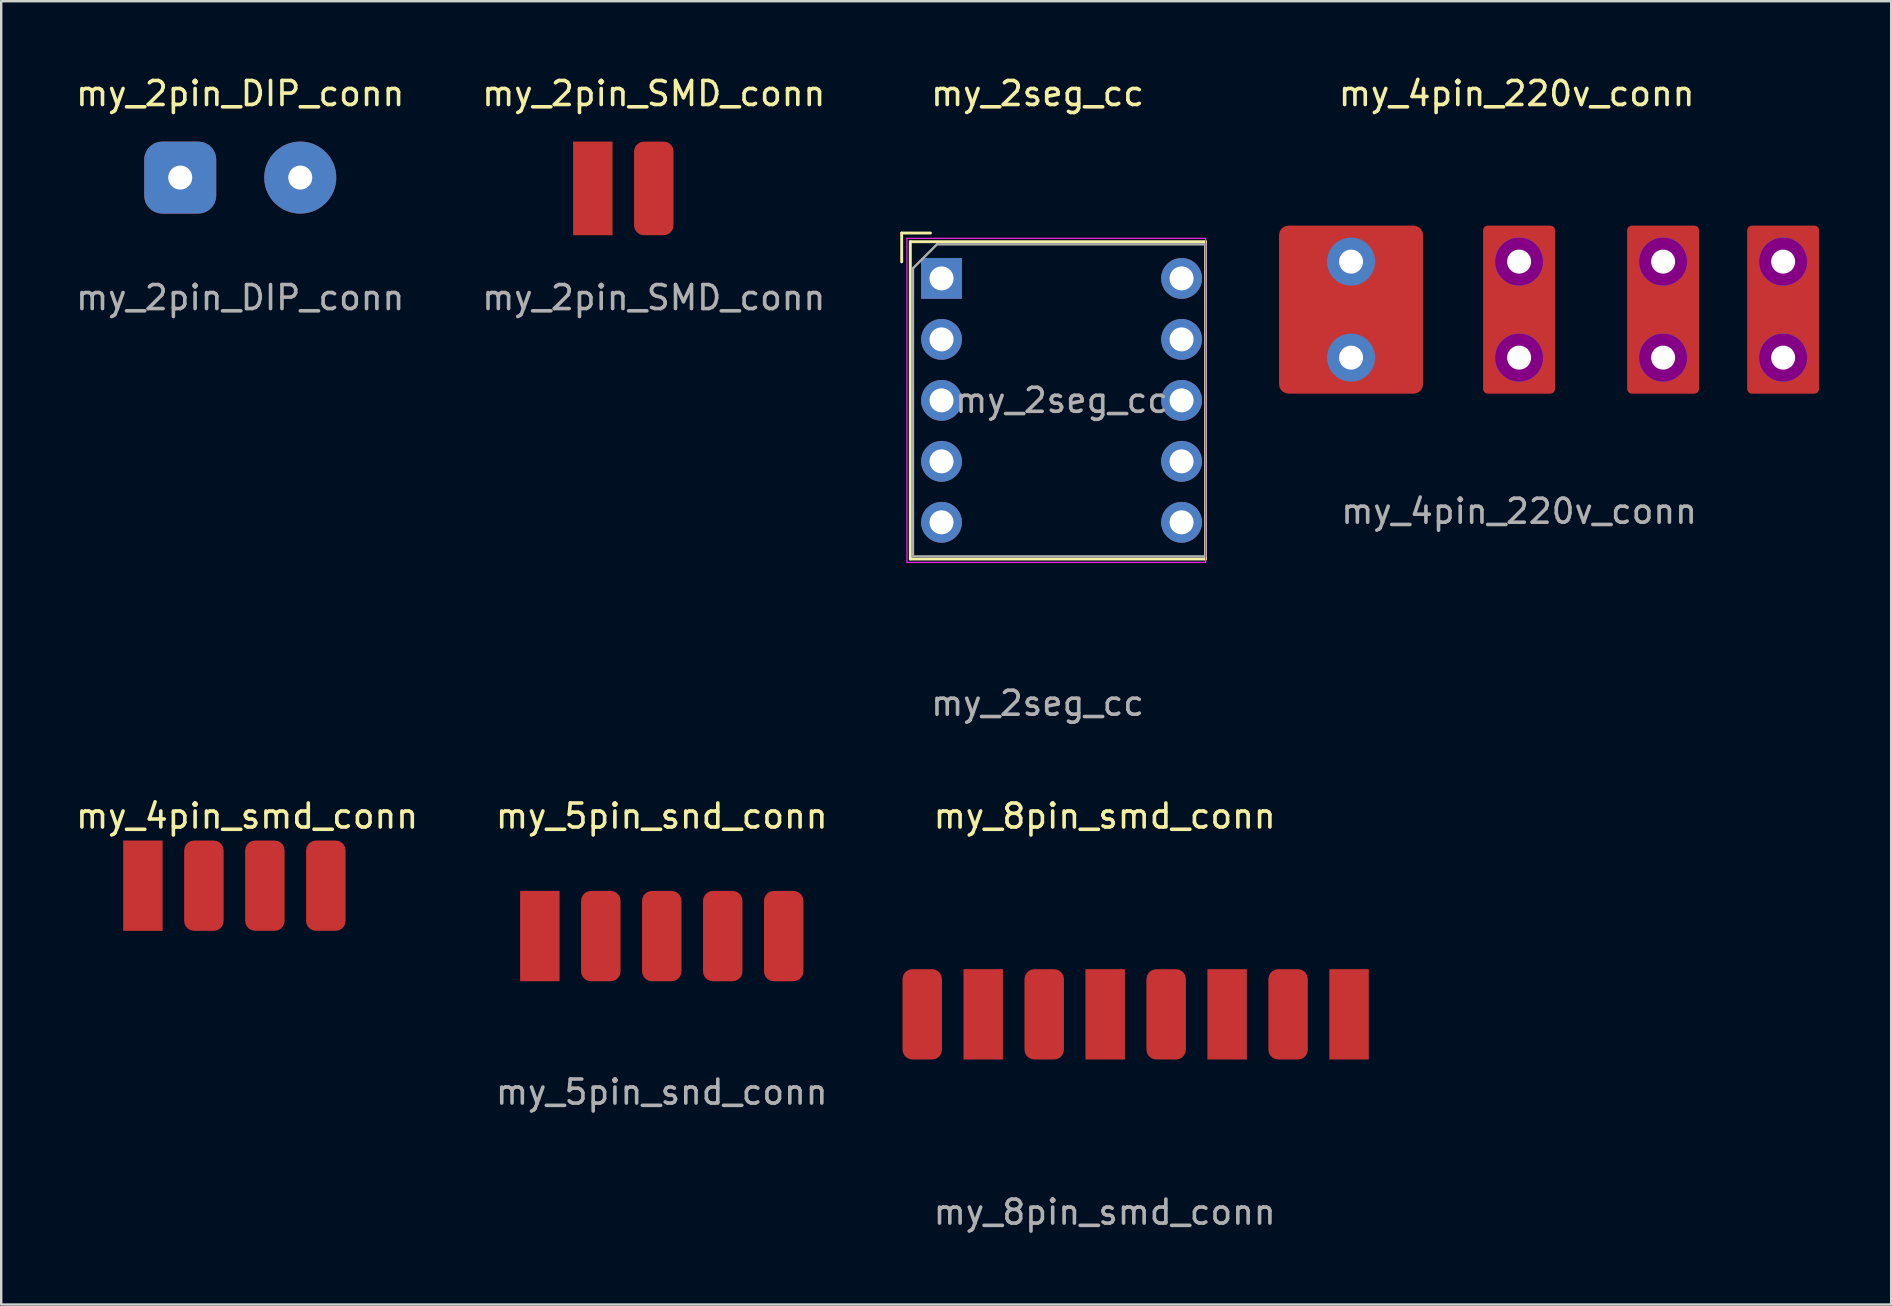
<source format=kicad_pcb>
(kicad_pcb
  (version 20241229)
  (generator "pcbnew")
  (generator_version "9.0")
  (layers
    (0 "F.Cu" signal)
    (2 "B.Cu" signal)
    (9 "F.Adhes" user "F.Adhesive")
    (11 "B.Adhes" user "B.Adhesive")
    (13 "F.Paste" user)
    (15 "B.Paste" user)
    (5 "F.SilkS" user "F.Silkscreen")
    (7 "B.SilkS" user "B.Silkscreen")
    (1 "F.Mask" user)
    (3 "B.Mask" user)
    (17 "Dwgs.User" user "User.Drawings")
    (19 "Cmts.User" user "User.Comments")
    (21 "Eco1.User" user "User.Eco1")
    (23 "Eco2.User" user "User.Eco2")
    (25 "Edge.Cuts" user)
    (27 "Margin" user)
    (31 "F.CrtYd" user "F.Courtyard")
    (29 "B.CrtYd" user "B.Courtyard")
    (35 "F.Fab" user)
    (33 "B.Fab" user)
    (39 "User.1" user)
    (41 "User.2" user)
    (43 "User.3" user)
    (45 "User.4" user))
  (footprint "my_4pin_smd_conn"
    (layer "F.Cu")
    (at 6.744 33.845)
    (property "Reference" "my_4pin_smd_conn" (at 0.5 -2.9 0) (unlocked yes) (layer "F.SilkS") (effects (font (size 1 1) (thickness 0.15))))
    (attr smd)
    (pad "1" smd rect (at -3.84 0) (size 1.643 3.762) (layers "F.Cu" "F.Mask" "F.Paste"))
    (pad "2" smd roundrect (at -1.3 0) (size 1.643 3.762) (layers "F.Cu" "F.Mask" "F.Paste") (roundrect_rratio 0.25))
    (pad "3" smd roundrect (at 1.24 0) (size 1.643 3.762) (layers "F.Cu" "F.Mask" "F.Paste") (roundrect_rratio 0.25))
    (pad "4" smd roundrect (at 3.78 0) (size 1.643 3.762) (layers "F.Cu" "F.Mask" "F.Paste") (roundrect_rratio 0.25)))
  (footprint "my_5pin_snd_conn"
    (layer "F.Cu")
    (at 24.518 35.945)
    (property "Reference" "my_5pin_snd_conn" (at 0 -5 0) (unlocked yes) (layer "F.SilkS") (effects (font (size 1 1) (thickness 0.15))))
    (attr smd)
    (fp_text user "${REFERENCE}" (at 0 6.5 0) (unlocked yes) (layer "F.Fab") (effects (font (size 1 1) (thickness 0.15))))
    (pad "1" smd rect (at -5.08 0) (size 1.643 3.762) (layers "F.Cu" "F.Mask" "F.Paste"))
    (pad "2" smd roundrect (at -2.54 0) (size 1.643 3.762) (layers "F.Cu" "F.Mask" "F.Paste") (roundrect_rratio 0.25))
    (pad "3" smd roundrect (at 0 0) (size 1.643 3.762) (layers "F.Cu" "F.Mask" "F.Paste") (roundrect_rratio 0.25))
    (pad "4" smd roundrect (at 2.54 0) (size 1.643 3.762) (layers "F.Cu" "F.Mask" "F.Paste") (roundrect_rratio 0.25))
    (pad "5" smd roundrect (at 5.08 0) (size 1.643 3.762) (layers "F.Cu" "F.Mask" "F.Paste") (roundrect_rratio 0.25)))
  (footprint "my_4pin_220v_conn"
    (layer "F.Cu")
    (at 60.232 9.848)
    (property "Reference" "my_4pin_220v_conn" (at -0.1 -9 0) (unlocked yes) (layer "F.SilkS") (effects (font (size 1 1) (thickness 0.15))))
    (attr smd)
    (fp_text user "${REFERENCE}" (at 0 8.4 0) (unlocked yes) (layer "F.Fab") (effects (font (size 1 1) (thickness 0.15))))
    (pad "1" thru_hole circle (at -7 -2) (size 2 2) (drill 1) (layers "*.Cu" "*.Mask"))
    (pad "1" smd roundrect (at -7 0) (size 6 7) (layers "F.Cu" "F.Mask" "F.Paste") (roundrect_rratio 0.066))
    (pad "1" thru_hole circle (at -7 2) (size 2 2) (drill 1) (layers "*.Cu" "*.Mask"))
    (pad "2" thru_hole circle (at 0 -2) (size 2 2) (drill 1) (layers "*.Cu" "*.Mask" "F.Adhes"))
    (pad "2" smd roundrect (at 0 0) (size 3 7) (layers "F.Cu" "F.Mask" "F.Paste") (roundrect_rratio 0.066))
    (pad "2" thru_hole circle (at 0 2) (size 2 2) (drill 1) (layers "*.Cu" "*.Mask" "F.Adhes"))
    (pad "3" thru_hole circle (at 6 -2) (size 2 2) (drill 1) (layers "*.Cu" "*.Mask" "F.Adhes"))
    (pad "3" smd roundrect (at 6 0) (size 3 7) (layers "F.Cu" "F.Mask" "F.Paste") (roundrect_rratio 0.066))
    (pad "3" thru_hole circle (at 6 2) (size 2 2) (drill 1) (layers "*.Cu" "*.Mask" "F.Adhes"))
    (pad "4" thru_hole circle (at 11 -2) (size 2 2) (drill 1) (layers "*.Cu" "*.Mask" "F.Adhes"))
    (pad "4" smd roundrect (at 11 0) (size 3 7) (layers "F.Cu" "F.Mask" "F.Paste") (roundrect_rratio 0.066))
    (pad "4" thru_hole circle (at 11 2) (size 2 2) (drill 1) (layers "*.Cu" "*.Mask" "F.Adhes")))
  (footprint "my_2seg_cc"
    (layer "F.Cu")
    (at 40.172 13.548)
    (property "Reference" "my_2seg_cc" (at 0 -12.7 0) (unlocked yes) (layer "F.SilkS") (effects (font (size 1 1) (thickness 0.15))))
    (attr through_hole)
    (fp_line (start -5.66 -6.89) (end -4.46 -6.89) (stroke (width 0.12) (type solid)) (layer "F.SilkS"))
    (fp_line (start -5.66 -5.69) (end -5.66 -6.89) (stroke (width 0.12) (type solid)) (layer "F.SilkS"))
    (fp_line (start -5.3 -6.53) (end -5.3 6.69) (stroke (width 0.12) (type solid)) (layer "F.SilkS"))
    (fp_line (start -5.3 6.69) (end 7 6.69) (stroke (width 0.12) (type solid)) (layer "F.SilkS"))
    (fp_line (start 7 -6.53) (end -5.3 -6.53) (stroke (width 0.12) (type solid)) (layer "F.SilkS"))
    (fp_line (start 7 6.69) (end 7 -6.53) (stroke (width 0.12) (type solid)) (layer "F.SilkS"))
    (fp_line (start -5.44 -6.67) (end 7 -6.67) (stroke (width 0.05) (type solid)) (layer "F.CrtYd"))
    (fp_line (start -5.44 6.83) (end -5.44 -6.67) (stroke (width 0.05) (type solid)) (layer "F.CrtYd"))
    (fp_line (start 7 -6.67) (end 7 6.83) (stroke (width 0.05) (type solid)) (layer "F.CrtYd"))
    (fp_line (start 7 6.83) (end -5.44 6.83) (stroke (width 0.05) (type solid)) (layer "F.CrtYd"))
    (fp_line (start -5.19 -5.42) (end -4.19 -6.42) (stroke (width 0.1) (type solid)) (layer "F.Fab"))
    (fp_line (start -5.19 6.58) (end -5.19 -5.42) (stroke (width 0.1) (type solid)) (layer "F.Fab"))
    (fp_line (start -4.19 -6.42) (end 7 -6.42) (stroke (width 0.1) (type solid)) (layer "F.Fab"))
    (fp_line (start 7 -6.42) (end 7 6.58) (stroke (width 0.1) (type solid)) (layer "F.Fab"))
    (fp_line (start 7 6.58) (end -5.19 6.58) (stroke (width 0.1) (type solid)) (layer "F.Fab"))
    (fp_text user "${REFERENCE}" (at 1 0.08 0) (layer "F.Fab") (effects (font (size 1 1) (thickness 0.15))))
    (fp_text user "${REFERENCE}" (at 0 12.7 0) (unlocked yes) (layer "F.Fab") (effects (font (size 1 1) (thickness 0.15))))
    (pad "1" thru_hole rect (at -4 -5) (size 1.7 1.7) (drill 1) (layers "*.Cu" "*.Mask"))
    (pad "2" thru_hole circle (at -4 -2.46) (size 1.7 1.7) (drill 1) (layers "*.Cu" "*.Mask"))
    (pad "3" thru_hole circle (at -4 0.08) (size 1.7 1.7) (drill 1) (layers "*.Cu" "*.Mask"))
    (pad "4" thru_hole circle (at -4 2.62) (size 1.7 1.7) (drill 1) (layers "*.Cu" "*.Mask"))
    (pad "5" thru_hole circle (at -4 5.16) (size 1.7 1.7) (drill 1) (layers "*.Cu" "*.Mask"))
    (pad "6" thru_hole circle (at 6 5.16) (size 1.7 1.7) (drill 1) (layers "*.Cu" "*.Mask"))
    (pad "7" thru_hole circle (at 6 2.62) (size 1.7 1.7) (drill 1) (layers "*.Cu" "*.Mask"))
    (pad "8" thru_hole circle (at 6 0.08) (size 1.7 1.7) (drill 1) (layers "*.Cu" "*.Mask"))
    (pad "9" thru_hole circle (at 6 -2.46) (size 1.7 1.7) (drill 1) (layers "*.Cu" "*.Mask"))
    (pad "10" thru_hole circle (at 6 -5) (size 1.7 1.7) (drill 1) (layers "*.Cu" "*.Mask")))
  (footprint "my_2pin_DIP_conn"
    (layer "F.Cu")
    (at 6.958 4.348)
    (property "Reference" "my_2pin_DIP_conn" (at 0 -3.5 0) (unlocked yes) (layer "F.SilkS") (effects (font (size 1 1) (thickness 0.15))))
    (attr through_hole)
    (fp_text user "${REFERENCE}" (at 0 5 0) (unlocked yes) (layer "F.Fab") (effects (font (size 1 1) (thickness 0.15))))
    (pad "1" thru_hole roundrect (at -2.5 0) (size 3 3) (drill 1) (layers "*.Cu" "*.Mask") (roundrect_rratio 0.25))
    (pad "2" thru_hole circle (at 2.5 0) (size 3 3) (drill 1) (layers "*.Cu" "*.Mask")))
  (footprint "my_2pin_SMD_conn"
    (layer "F.Cu")
    (at 24.185 6.848)
    (property "Reference" "my_2pin_SMD_conn" (at 0 -6 0) (unlocked yes) (layer "F.SilkS") (effects (font (size 1 1) (thickness 0.15))))
    (attr smd)
    (fp_text user "${REFERENCE}" (at 0 2.5 0) (unlocked yes) (layer "F.Fab") (effects (font (size 1 1) (thickness 0.15))))
    (pad "1" smd rect (at -2.54 -2.05) (size 1.643 3.901) (layers "F.Cu" "F.Mask" "F.Paste"))
    (pad "2" smd roundrect (at 0 -2.05) (size 1.643 3.901) (layers "F.Cu" "F.Mask" "F.Paste") (roundrect_rratio 0.25)))
  (footprint "my_8pin_smd_conn"
    (layer "F.Cu")
    (at 42.969 39.045)
    (property "Reference" "my_8pin_smd_conn" (at 0 -8.1 0) (unlocked yes) (layer "F.SilkS") (effects (font (size 1 1) (thickness 0.15))))
    (attr smd)
    (fp_text user "${REFERENCE}" (at 0 8.4 0) (unlocked yes) (layer "F.Fab") (effects (font (size 1 1) (thickness 0.15))))
    (pad "1" smd roundrect (at -7.6 0.16) (size 1.643 3.762) (layers "F.Cu" "F.Mask" "F.Paste") (roundrect_rratio 0.25))
    (pad "2" smd rect (at -5.06 0.16) (size 1.643 3.762) (layers "F.Cu" "F.Mask" "F.Paste"))
    (pad "3" smd roundrect (at -2.52 0.16) (size 1.643 3.762) (layers "F.Cu" "F.Mask" "F.Paste") (roundrect_rratio 0.25))
    (pad "4" smd rect (at 0.02 0.16) (size 1.643 3.762) (layers "F.Cu" "F.Mask" "F.Paste"))
    (pad "5" smd roundrect (at 2.56 0.16) (size 1.643 3.762) (layers "F.Cu" "F.Mask" "F.Paste") (roundrect_rratio 0.25))
    (pad "6" smd rect (at 5.1 0.16) (size 1.643 3.762) (layers "F.Cu" "F.Mask" "F.Paste"))
    (pad "7" smd roundrect (at 7.64 0.16) (size 1.643 3.762) (layers "F.Cu" "F.Mask" "F.Paste") (roundrect_rratio 0.25))
    (pad "8" smd rect (at 10.18 0.16) (size 1.643 3.762) (layers "F.Cu" "F.Mask" "F.Paste")))
  (gr_rect
    (start -3 -3)
    (end 75.732 51.293)
    (stroke (width 0.1) (type default))
    (fill no)
    (layer "Edge.Cuts")))
</source>
